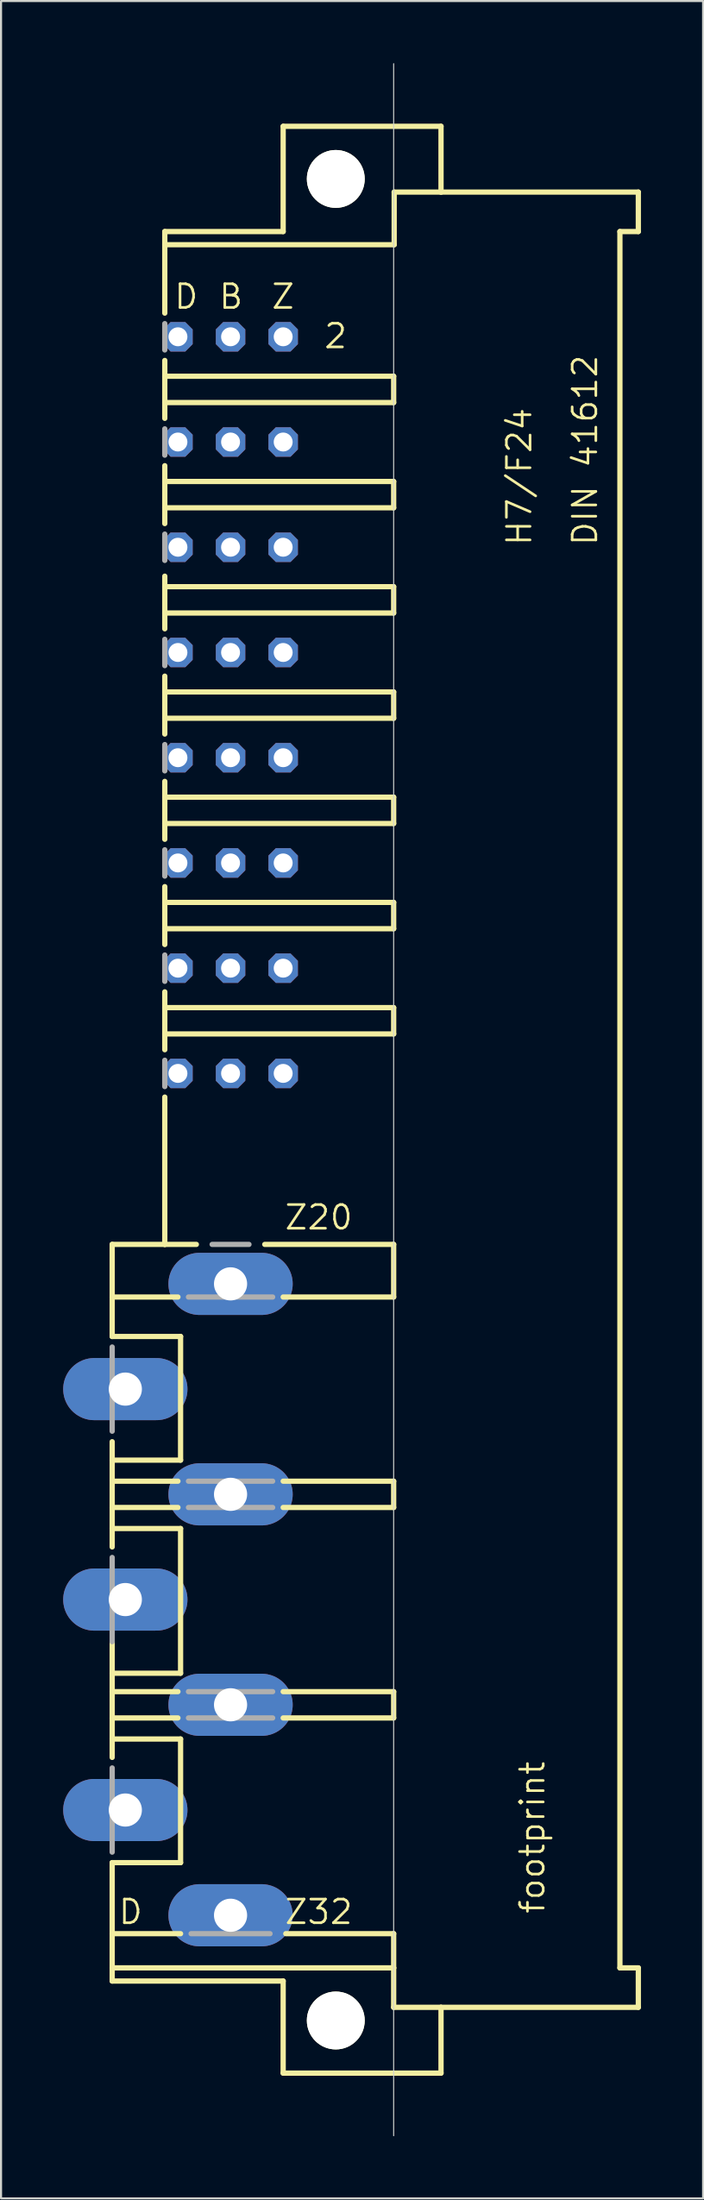
<source format=kicad_pcb>
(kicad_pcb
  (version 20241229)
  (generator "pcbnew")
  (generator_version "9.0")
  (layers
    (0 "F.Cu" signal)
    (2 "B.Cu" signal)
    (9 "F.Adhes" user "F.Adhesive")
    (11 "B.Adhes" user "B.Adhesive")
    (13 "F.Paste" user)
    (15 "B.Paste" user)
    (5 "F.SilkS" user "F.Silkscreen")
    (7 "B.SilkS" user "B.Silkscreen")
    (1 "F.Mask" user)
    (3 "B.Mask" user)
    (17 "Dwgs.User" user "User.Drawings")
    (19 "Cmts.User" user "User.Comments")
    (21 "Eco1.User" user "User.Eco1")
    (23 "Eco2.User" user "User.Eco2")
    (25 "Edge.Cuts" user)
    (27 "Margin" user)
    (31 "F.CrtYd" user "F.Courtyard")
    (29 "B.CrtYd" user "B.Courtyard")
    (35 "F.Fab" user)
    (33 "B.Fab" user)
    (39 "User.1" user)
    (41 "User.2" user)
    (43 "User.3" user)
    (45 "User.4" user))
  (footprint "footprint"
    (layer "F.Cu")
    (at 13.16 50.038)
    (property "Reference" "footprint" (at 10.16 39.37 90) (layer "F.SilkS") (effects (font (size 1.143 1.143) (thickness 0.127)) (justify left bottom)))
    (fp_line (start -10.795 6.985) (end -8.255 6.985) (stroke (width 0.254) (type solid)) (layer "F.SilkS"))
    (fp_line (start -10.795 9.525) (end -10.795 6.985) (stroke (width 0.254) (type solid)) (layer "F.SilkS"))
    (fp_line (start -10.795 9.525) (end -7.62 9.525) (stroke (width 0.254) (type solid)) (layer "F.SilkS"))
    (fp_line (start -10.795 11.43) (end -10.795 9.525) (stroke (width 0.254) (type solid)) (layer "F.SilkS"))
    (fp_line (start -10.795 11.43) (end -7.493 11.43) (stroke (width 0.254) (type solid)) (layer "F.SilkS"))
    (fp_line (start -10.795 17.399) (end -10.795 16.51) (stroke (width 0.254) (type solid)) (layer "F.SilkS"))
    (fp_line (start -10.795 17.399) (end -7.493 17.399) (stroke (width 0.254) (type solid)) (layer "F.SilkS"))
    (fp_line (start -10.795 18.415) (end -10.795 17.399) (stroke (width 0.254) (type solid)) (layer "F.SilkS"))
    (fp_line (start -10.795 18.415) (end -7.62 18.415) (stroke (width 0.254) (type solid)) (layer "F.SilkS"))
    (fp_line (start -10.795 19.685) (end -10.795 18.415) (stroke (width 0.254) (type solid)) (layer "F.SilkS"))
    (fp_line (start -10.795 19.685) (end -7.62 19.685) (stroke (width 0.254) (type solid)) (layer "F.SilkS"))
    (fp_line (start -10.795 20.701) (end -10.795 19.685) (stroke (width 0.254) (type solid)) (layer "F.SilkS"))
    (fp_line (start -10.795 20.701) (end -10.795 21.59) (stroke (width 0.254) (type solid)) (layer "F.SilkS"))
    (fp_line (start -10.795 20.701) (end -7.493 20.701) (stroke (width 0.254) (type solid)) (layer "F.SilkS"))
    (fp_line (start -10.795 27.686) (end -10.795 26.162) (stroke (width 0.254) (type solid)) (layer "F.SilkS"))
    (fp_line (start -10.795 27.686) (end -7.493 27.686) (stroke (width 0.254) (type solid)) (layer "F.SilkS"))
    (fp_line (start -10.795 28.575) (end -10.795 27.686) (stroke (width 0.254) (type solid)) (layer "F.SilkS"))
    (fp_line (start -10.795 28.575) (end -7.62 28.575) (stroke (width 0.254) (type solid)) (layer "F.SilkS"))
    (fp_line (start -10.795 29.845) (end -10.795 28.575) (stroke (width 0.254) (type solid)) (layer "F.SilkS"))
    (fp_line (start -10.795 29.845) (end -7.62 29.845) (stroke (width 0.254) (type solid)) (layer "F.SilkS"))
    (fp_line (start -10.795 30.861) (end -10.795 29.845) (stroke (width 0.254) (type solid)) (layer "F.SilkS"))
    (fp_line (start -10.795 30.861) (end -10.795 31.75) (stroke (width 0.254) (type solid)) (layer "F.SilkS"))
    (fp_line (start -10.795 30.861) (end -7.493 30.861) (stroke (width 0.254) (type solid)) (layer "F.SilkS"))
    (fp_line (start -10.795 36.83) (end -7.493 36.83) (stroke (width 0.254) (type solid)) (layer "F.SilkS"))
    (fp_line (start -10.795 40.259) (end -10.795 36.83) (stroke (width 0.254) (type solid)) (layer "F.SilkS"))
    (fp_line (start -10.795 40.259) (end -7.493 40.259) (stroke (width 0.254) (type solid)) (layer "F.SilkS"))
    (fp_line (start -10.795 41.91) (end -10.795 40.259) (stroke (width 0.254) (type solid)) (layer "F.SilkS"))
    (fp_line (start -10.795 41.91) (end 2.794 41.91) (stroke (width 0.254) (type solid)) (layer "F.SilkS"))
    (fp_line (start -10.795 42.545) (end -10.795 41.91) (stroke (width 0.254) (type solid)) (layer "F.SilkS"))
    (fp_line (start -8.255 -37.973) (end -8.255 -41.91) (stroke (width 0.254) (type solid)) (layer "F.SilkS"))
    (fp_line (start -8.255 -34.925) (end -8.255 -35.687) (stroke (width 0.254) (type solid)) (layer "F.SilkS"))
    (fp_line (start -8.255 -34.925) (end 2.794 -34.925) (stroke (width 0.254) (type solid)) (layer "F.SilkS"))
    (fp_line (start -8.255 -33.655) (end -8.255 -34.925) (stroke (width 0.254) (type solid)) (layer "F.SilkS"))
    (fp_line (start -8.255 -33.655) (end -8.255 -32.893) (stroke (width 0.254) (type solid)) (layer "F.SilkS"))
    (fp_line (start -8.255 -33.655) (end 2.794 -33.655) (stroke (width 0.254) (type solid)) (layer "F.SilkS"))
    (fp_line (start -8.255 -30.607) (end -8.255 -29.845) (stroke (width 0.254) (type solid)) (layer "F.SilkS"))
    (fp_line (start -8.255 -29.845) (end 2.794 -29.845) (stroke (width 0.254) (type solid)) (layer "F.SilkS"))
    (fp_line (start -8.255 -28.575) (end -8.255 -29.845) (stroke (width 0.254) (type solid)) (layer "F.SilkS"))
    (fp_line (start -8.255 -28.575) (end -8.255 -27.813) (stroke (width 0.254) (type solid)) (layer "F.SilkS"))
    (fp_line (start -8.255 -28.575) (end 2.794 -28.575) (stroke (width 0.254) (type solid)) (layer "F.SilkS"))
    (fp_line (start -8.255 -25.273) (end -8.255 -24.765) (stroke (width 0.254) (type solid)) (layer "F.SilkS"))
    (fp_line (start -8.255 -24.765) (end 2.794 -24.765) (stroke (width 0.254) (type solid)) (layer "F.SilkS"))
    (fp_line (start -8.255 -23.495) (end -8.255 -24.765) (stroke (width 0.254) (type solid)) (layer "F.SilkS"))
    (fp_line (start -8.255 -23.495) (end -8.255 -22.733) (stroke (width 0.254) (type solid)) (layer "F.SilkS"))
    (fp_line (start -8.255 -23.495) (end 2.794 -23.495) (stroke (width 0.254) (type solid)) (layer "F.SilkS"))
    (fp_line (start -8.255 -20.447) (end -8.255 -19.685) (stroke (width 0.254) (type solid)) (layer "F.SilkS"))
    (fp_line (start -8.255 -19.685) (end 2.794 -19.685) (stroke (width 0.254) (type solid)) (layer "F.SilkS"))
    (fp_line (start -8.255 -18.415) (end -8.255 -19.685) (stroke (width 0.254) (type solid)) (layer "F.SilkS"))
    (fp_line (start -8.255 -18.415) (end -8.255 -17.653) (stroke (width 0.254) (type solid)) (layer "F.SilkS"))
    (fp_line (start -8.255 -18.415) (end 2.794 -18.415) (stroke (width 0.254) (type solid)) (layer "F.SilkS"))
    (fp_line (start -8.255 -15.367) (end -8.255 -14.605) (stroke (width 0.254) (type solid)) (layer "F.SilkS"))
    (fp_line (start -8.255 -14.605) (end 2.794 -14.605) (stroke (width 0.254) (type solid)) (layer "F.SilkS"))
    (fp_line (start -8.255 -13.335) (end -8.255 -14.605) (stroke (width 0.254) (type solid)) (layer "F.SilkS"))
    (fp_line (start -8.255 -13.335) (end 2.794 -13.335) (stroke (width 0.254) (type solid)) (layer "F.SilkS"))
    (fp_line (start -8.255 -12.573) (end -8.255 -13.335) (stroke (width 0.254) (type solid)) (layer "F.SilkS"))
    (fp_line (start -8.255 -9.525) (end -8.255 -10.287) (stroke (width 0.254) (type solid)) (layer "F.SilkS"))
    (fp_line (start -8.255 -9.525) (end 2.794 -9.525) (stroke (width 0.254) (type solid)) (layer "F.SilkS"))
    (fp_line (start -8.255 -8.255) (end -8.255 -9.525) (stroke (width 0.254) (type solid)) (layer "F.SilkS"))
    (fp_line (start -8.255 -8.255) (end -8.255 -7.493) (stroke (width 0.254) (type solid)) (layer "F.SilkS"))
    (fp_line (start -8.255 -5.207) (end -8.255 -4.445) (stroke (width 0.254) (type solid)) (layer "F.SilkS"))
    (fp_line (start -8.255 -3.175) (end -8.255 -4.445) (stroke (width 0.254) (type solid)) (layer "F.SilkS"))
    (fp_line (start -8.255 -3.175) (end -8.255 -2.413) (stroke (width 0.254) (type solid)) (layer "F.SilkS"))
    (fp_line (start -8.255 -3.175) (end 2.794 -3.175) (stroke (width 0.254) (type solid)) (layer "F.SilkS"))
    (fp_line (start -8.255 -0.127) (end -8.255 6.985) (stroke (width 0.254) (type solid)) (layer "F.SilkS"))
    (fp_line (start -8.255 6.985) (end -6.731 6.985) (stroke (width 0.254) (type solid)) (layer "F.SilkS"))
    (fp_line (start -7.493 17.399) (end -7.493 11.43) (stroke (width 0.254) (type solid)) (layer "F.SilkS"))
    (fp_line (start -7.493 27.686) (end -7.493 20.701) (stroke (width 0.254) (type solid)) (layer "F.SilkS"))
    (fp_line (start -7.493 36.83) (end -7.493 30.861) (stroke (width 0.254) (type solid)) (layer "F.SilkS"))
    (fp_line (start -3.429 6.985) (end 2.794 6.985) (stroke (width 0.254) (type solid)) (layer "F.SilkS"))
    (fp_line (start -2.54 -46.99) (end -2.54 -41.91) (stroke (width 0.254) (type solid)) (layer "F.SilkS"))
    (fp_line (start -2.54 -46.99) (end 5.08 -46.99) (stroke (width 0.254) (type solid)) (layer "F.SilkS"))
    (fp_line (start -2.54 -41.91) (end -8.255 -41.91) (stroke (width 0.254) (type solid)) (layer "F.SilkS"))
    (fp_line (start -2.54 9.525) (end 2.794 9.525) (stroke (width 0.254) (type solid)) (layer "F.SilkS"))
    (fp_line (start -2.54 18.415) (end 2.794 18.415) (stroke (width 0.254) (type solid)) (layer "F.SilkS"))
    (fp_line (start -2.54 19.685) (end 2.794 19.685) (stroke (width 0.254) (type solid)) (layer "F.SilkS"))
    (fp_line (start -2.54 28.575) (end 2.794 28.575) (stroke (width 0.254) (type solid)) (layer "F.SilkS"))
    (fp_line (start -2.54 29.845) (end 2.794 29.845) (stroke (width 0.254) (type solid)) (layer "F.SilkS"))
    (fp_line (start -2.54 42.545) (end -10.795 42.545) (stroke (width 0.254) (type solid)) (layer "F.SilkS"))
    (fp_line (start -2.54 42.545) (end -2.54 46.99) (stroke (width 0.254) (type solid)) (layer "F.SilkS"))
    (fp_line (start -2.54 46.99) (end 5.08 46.99) (stroke (width 0.254) (type solid)) (layer "F.SilkS"))
    (fp_line (start -2.413 40.259) (end 2.794 40.259) (stroke (width 0.254) (type solid)) (layer "F.SilkS"))
    (fp_line (start 2.794 -33.655) (end 2.794 -34.925) (stroke (width 0.254) (type solid)) (layer "F.SilkS"))
    (fp_line (start 2.794 -28.575) (end 2.794 -29.845) (stroke (width 0.254) (type solid)) (layer "F.SilkS"))
    (fp_line (start 2.794 -23.495) (end 2.794 -24.765) (stroke (width 0.254) (type solid)) (layer "F.SilkS"))
    (fp_line (start 2.794 -18.415) (end 2.794 -19.685) (stroke (width 0.254) (type solid)) (layer "F.SilkS"))
    (fp_line (start 2.794 -13.335) (end 2.794 -14.605) (stroke (width 0.254) (type solid)) (layer "F.SilkS"))
    (fp_line (start 2.794 -8.255) (end -8.255 -8.255) (stroke (width 0.254) (type solid)) (layer "F.SilkS"))
    (fp_line (start 2.794 -8.255) (end 2.794 -9.525) (stroke (width 0.254) (type solid)) (layer "F.SilkS"))
    (fp_line (start 2.794 -4.445) (end -8.255 -4.445) (stroke (width 0.254) (type solid)) (layer "F.SilkS"))
    (fp_line (start 2.794 -3.175) (end 2.794 -4.445) (stroke (width 0.254) (type solid)) (layer "F.SilkS"))
    (fp_line (start 2.794 6.985) (end 2.794 9.525) (stroke (width 0.254) (type solid)) (layer "F.SilkS"))
    (fp_line (start 2.794 18.415) (end 2.794 19.685) (stroke (width 0.254) (type solid)) (layer "F.SilkS"))
    (fp_line (start 2.794 28.575) (end 2.794 29.845) (stroke (width 0.254) (type solid)) (layer "F.SilkS"))
    (fp_line (start 2.794 41.91) (end 2.794 40.259) (stroke (width 0.254) (type solid)) (layer "F.SilkS"))
    (fp_line (start 2.794 41.91) (end 2.794 43.815) (stroke (width 0.254) (type solid)) (layer "F.SilkS"))
    (fp_line (start 2.794 43.815) (end 5.08 43.815) (stroke (width 0.254) (type solid)) (layer "F.SilkS"))
    (fp_line (start 2.819 -41.275) (end -8.255 -41.275) (stroke (width 0.254) (type solid)) (layer "F.SilkS"))
    (fp_line (start 2.819 -41.275) (end 2.819 -43.815) (stroke (width 0.254) (type solid)) (layer "F.SilkS"))
    (fp_line (start 5.08 -46.99) (end 5.08 -43.815) (stroke (width 0.254) (type solid)) (layer "F.SilkS"))
    (fp_line (start 5.08 -43.815) (end 2.819 -43.815) (stroke (width 0.254) (type solid)) (layer "F.SilkS"))
    (fp_line (start 5.08 -43.815) (end 14.605 -43.815) (stroke (width 0.254) (type solid)) (layer "F.SilkS"))
    (fp_line (start 5.08 43.815) (end 14.605 43.815) (stroke (width 0.254) (type solid)) (layer "F.SilkS"))
    (fp_line (start 5.08 46.99) (end 5.08 43.815) (stroke (width 0.254) (type solid)) (layer "F.SilkS"))
    (fp_line (start 13.716 -41.91) (end 13.716 41.91) (stroke (width 0.254) (type solid)) (layer "F.SilkS"))
    (fp_line (start 13.716 -41.91) (end 14.605 -41.91) (stroke (width 0.254) (type solid)) (layer "F.SilkS"))
    (fp_line (start 13.716 41.91) (end 14.605 41.91) (stroke (width 0.254) (type solid)) (layer "F.SilkS"))
    (fp_line (start 14.605 -43.815) (end 14.605 -41.91) (stroke (width 0.254) (type solid)) (layer "F.SilkS"))
    (fp_line (start 14.605 43.815) (end 14.605 41.91) (stroke (width 0.254) (type solid)) (layer "F.SilkS"))
    (fp_circle (center 0 -44.45) (end 1.27 -44.45) (stroke (width 0.254) (type solid)) (fill no) (layer "F.SilkS"))
    (fp_circle (center 0 44.45) (end 1.27 44.45) (stroke (width 0.254) (type solid)) (fill no) (layer "F.SilkS"))
    (fp_line (start 2.794 50.013) (end 2.794 -50.013) (stroke (width 0.05) (type solid)) (layer "Edge.Cuts"))
    (fp_line (start -10.795 16.002) (end -10.795 11.938) (stroke (width 0.254) (type solid)) (layer "F.Fab"))
    (fp_line (start -10.795 26.162) (end -10.795 22.098) (stroke (width 0.254) (type solid)) (layer "F.Fab"))
    (fp_line (start -10.795 36.322) (end -10.795 32.258) (stroke (width 0.254) (type solid)) (layer "F.Fab"))
    (fp_line (start -8.255 -36.195) (end -8.255 -37.465) (stroke (width 0.254) (type solid)) (layer "F.Fab"))
    (fp_line (start -8.255 -32.385) (end -8.255 -31.115) (stroke (width 0.254) (type solid)) (layer "F.Fab"))
    (fp_line (start -8.255 -27.305) (end -8.255 -26.035) (stroke (width 0.254) (type solid)) (layer "F.Fab"))
    (fp_line (start -8.255 -22.225) (end -8.255 -20.955) (stroke (width 0.254) (type solid)) (layer "F.Fab"))
    (fp_line (start -8.255 -17.145) (end -8.255 -15.875) (stroke (width 0.254) (type solid)) (layer "F.Fab"))
    (fp_line (start -8.255 -10.795) (end -8.255 -12.065) (stroke (width 0.254) (type solid)) (layer "F.Fab"))
    (fp_line (start -8.255 -6.985) (end -8.255 -5.715) (stroke (width 0.254) (type solid)) (layer "F.Fab"))
    (fp_line (start -8.255 -1.905) (end -8.255 -0.635) (stroke (width 0.254) (type solid)) (layer "F.Fab"))
    (fp_line (start -7.112 9.525) (end -3.048 9.525) (stroke (width 0.254) (type solid)) (layer "F.Fab"))
    (fp_line (start -7.112 18.415) (end -3.048 18.415) (stroke (width 0.254) (type solid)) (layer "F.Fab"))
    (fp_line (start -7.112 19.685) (end -3.048 19.685) (stroke (width 0.254) (type solid)) (layer "F.Fab"))
    (fp_line (start -7.112 28.575) (end -3.048 28.575) (stroke (width 0.254) (type solid)) (layer "F.Fab"))
    (fp_line (start -7.112 29.845) (end -3.048 29.845) (stroke (width 0.254) (type solid)) (layer "F.Fab"))
    (fp_line (start -6.985 40.259) (end -3.175 40.259) (stroke (width 0.254) (type solid)) (layer "F.Fab"))
    (fp_line (start -5.969 6.985) (end -4.191 6.985) (stroke (width 0.254) (type solid)) (layer "F.Fab"))
    (fp_text user "2" (at -0.635 -36.195 0) (layer "F.SilkS") (effects (font (size 1.143 1.143) (thickness 0.127)) (justify left bottom)))
    (fp_text user "B" (at -5.715 -38.1 0) (layer "F.SilkS") (effects (font (size 1.143 1.143) (thickness 0.127)) (justify left bottom)))
    (fp_text user "Z" (at -3.175 -38.1 0) (layer "F.SilkS") (effects (font (size 1.143 1.143) (thickness 0.127)) (justify left bottom)))
    (fp_text user "Z32" (at -2.54 39.878 0) (layer "F.SilkS") (effects (font (size 1.143 1.143) (thickness 0.127)) (justify left bottom)))
    (fp_text user "H7/F24" (at 9.525 -26.67 90) (layer "F.SilkS") (effects (font (size 1.143 1.143) (thickness 0.127)) (justify left bottom)))
    (fp_text user "D" (at -7.874 -38.1 0) (layer "F.SilkS") (effects (font (size 1.143 1.143) (thickness 0.127)) (justify left bottom)))
    (fp_text user " D " (at -11.43 39.878 0) (layer "F.SilkS") (effects (font (size 1.143 1.143) (thickness 0.127)) (justify left bottom)))
    (fp_text user "Z20" (at -2.54 6.35 0) (layer "F.SilkS") (effects (font (size 1.143 1.143) (thickness 0.127)) (justify left bottom)))
    (fp_text user "DIN 41612" (at 12.7 -26.67 90) (layer "F.SilkS") (effects (font (size 1.143 1.143) (thickness 0.127)) (justify left bottom)))
    (pad "" np_thru_hole circle (at 0 -44.45) (size 2.794 2.794) (drill 2.794) (layers "*.Cu" "*.Mask"))
    (pad "" np_thru_hole circle (at 0 44.45) (size 2.794 2.794) (drill 2.794) (layers "*.Cu" "*.Mask"))
    (pad "B2" thru_hole roundrect (at -5.08 -36.83) (size 1.422 1.422) (drill 0.914) (layers "*.Cu" "*.Mask") (roundrect_rratio 0.25) (chamfer_ratio 0.25) (chamfer top_left top_right bottom_left bottom_right))
    (pad "B4" thru_hole roundrect (at -5.08 -31.75) (size 1.422 1.422) (drill 0.914) (layers "*.Cu" "*.Mask") (roundrect_rratio 0.25) (chamfer_ratio 0.25) (chamfer top_left top_right bottom_left bottom_right))
    (pad "B6" thru_hole roundrect (at -5.08 -26.67) (size 1.422 1.422) (drill 0.914) (layers "*.Cu" "*.Mask") (roundrect_rratio 0.25) (chamfer_ratio 0.25) (chamfer top_left top_right bottom_left bottom_right))
    (pad "B8" thru_hole roundrect (at -5.08 -21.59) (size 1.422 1.422) (drill 0.914) (layers "*.Cu" "*.Mask") (roundrect_rratio 0.25) (chamfer_ratio 0.25) (chamfer top_left top_right bottom_left bottom_right))
    (pad "B10" thru_hole roundrect (at -5.08 -16.51) (size 1.422 1.422) (drill 0.914) (layers "*.Cu" "*.Mask") (roundrect_rratio 0.25) (chamfer_ratio 0.25) (chamfer top_left top_right bottom_left bottom_right))
    (pad "B12" thru_hole roundrect (at -5.08 -11.43) (size 1.422 1.422) (drill 0.914) (layers "*.Cu" "*.Mask") (roundrect_rratio 0.25) (chamfer_ratio 0.25) (chamfer top_left top_right bottom_left bottom_right))
    (pad "B14" thru_hole roundrect (at -5.08 -6.35) (size 1.422 1.422) (drill 0.914) (layers "*.Cu" "*.Mask") (roundrect_rratio 0.25) (chamfer_ratio 0.25) (chamfer top_left top_right bottom_left bottom_right))
    (pad "B16" thru_hole roundrect (at -5.08 -1.27) (size 1.422 1.422) (drill 0.914) (layers "*.Cu" "*.Mask") (roundrect_rratio 0.25) (chamfer_ratio 0.25) (chamfer top_left top_right bottom_left bottom_right))
    (pad "D2" thru_hole roundrect (at -7.62 -36.83) (size 1.422 1.422) (drill 0.914) (layers "*.Cu" "*.Mask") (roundrect_rratio 0.25) (chamfer_ratio 0.25) (chamfer top_left top_right bottom_left bottom_right))
    (pad "D4" thru_hole roundrect (at -7.62 -31.75) (size 1.422 1.422) (drill 0.914) (layers "*.Cu" "*.Mask") (roundrect_rratio 0.25) (chamfer_ratio 0.25) (chamfer top_left top_right bottom_left bottom_right))
    (pad "D6" thru_hole roundrect (at -7.62 -26.67) (size 1.422 1.422) (drill 0.914) (layers "*.Cu" "*.Mask") (roundrect_rratio 0.25) (chamfer_ratio 0.25) (chamfer top_left top_right bottom_left bottom_right))
    (pad "D8" thru_hole roundrect (at -7.62 -21.59) (size 1.422 1.422) (drill 0.914) (layers "*.Cu" "*.Mask") (roundrect_rratio 0.25) (chamfer_ratio 0.25) (chamfer top_left top_right bottom_left bottom_right))
    (pad "D10" thru_hole roundrect (at -7.62 -16.51) (size 1.422 1.422) (drill 0.914) (layers "*.Cu" "*.Mask") (roundrect_rratio 0.25) (chamfer_ratio 0.25) (chamfer top_left top_right bottom_left bottom_right))
    (pad "D12" thru_hole roundrect (at -7.62 -11.43) (size 1.422 1.422) (drill 0.914) (layers "*.Cu" "*.Mask") (roundrect_rratio 0.25) (chamfer_ratio 0.25) (chamfer top_left top_right bottom_left bottom_right))
    (pad "D14" thru_hole roundrect (at -7.62 -6.35) (size 1.422 1.422) (drill 0.914) (layers "*.Cu" "*.Mask") (roundrect_rratio 0.25) (chamfer_ratio 0.25) (chamfer top_left top_right bottom_left bottom_right))
    (pad "D16" thru_hole roundrect (at -7.62 -1.27) (size 1.422 1.422) (drill 0.914) (layers "*.Cu" "*.Mask") (roundrect_rratio 0.25) (chamfer_ratio 0.25) (chamfer top_left top_right bottom_left bottom_right))
    (pad "D22" thru_hole oval (at -10.16 13.97) (size 6 3) (drill 1.6) (layers "*.Cu" "*.Mask"))
    (pad "D26" thru_hole oval (at -10.16 24.13) (size 6 3) (drill 1.6) (layers "*.Cu" "*.Mask"))
    (pad "D30" thru_hole oval (at -10.16 34.29) (size 6 3) (drill 1.6) (layers "*.Cu" "*.Mask"))
    (pad "Z2" thru_hole roundrect (at -2.54 -36.83) (size 1.422 1.422) (drill 0.914) (layers "*.Cu" "*.Mask") (roundrect_rratio 0.25) (chamfer_ratio 0.25) (chamfer top_left top_right bottom_left bottom_right))
    (pad "Z4" thru_hole roundrect (at -2.54 -31.75) (size 1.422 1.422) (drill 0.914) (layers "*.Cu" "*.Mask") (roundrect_rratio 0.25) (chamfer_ratio 0.25) (chamfer top_left top_right bottom_left bottom_right))
    (pad "Z6" thru_hole roundrect (at -2.54 -26.67) (size 1.422 1.422) (drill 0.914) (layers "*.Cu" "*.Mask") (roundrect_rratio 0.25) (chamfer_ratio 0.25) (chamfer top_left top_right bottom_left bottom_right))
    (pad "Z8" thru_hole roundrect (at -2.54 -21.59) (size 1.422 1.422) (drill 0.914) (layers "*.Cu" "*.Mask") (roundrect_rratio 0.25) (chamfer_ratio 0.25) (chamfer top_left top_right bottom_left bottom_right))
    (pad "Z10" thru_hole roundrect (at -2.54 -16.51) (size 1.422 1.422) (drill 0.914) (layers "*.Cu" "*.Mask") (roundrect_rratio 0.25) (chamfer_ratio 0.25) (chamfer top_left top_right bottom_left bottom_right))
    (pad "Z12" thru_hole roundrect (at -2.54 -11.43) (size 1.422 1.422) (drill 0.914) (layers "*.Cu" "*.Mask") (roundrect_rratio 0.25) (chamfer_ratio 0.25) (chamfer top_left top_right bottom_left bottom_right))
    (pad "Z14" thru_hole roundrect (at -2.54 -6.35) (size 1.422 1.422) (drill 0.914) (layers "*.Cu" "*.Mask") (roundrect_rratio 0.25) (chamfer_ratio 0.25) (chamfer top_left top_right bottom_left bottom_right))
    (pad "Z16" thru_hole roundrect (at -2.54 -1.27) (size 1.422 1.422) (drill 0.914) (layers "*.Cu" "*.Mask") (roundrect_rratio 0.25) (chamfer_ratio 0.25) (chamfer top_left top_right bottom_left bottom_right))
    (pad "Z20" thru_hole oval (at -5.08 8.89) (size 6 3) (drill 1.6) (layers "*.Cu" "*.Mask"))
    (pad "Z24" thru_hole oval (at -5.08 19.05) (size 6 3) (drill 1.6) (layers "*.Cu" "*.Mask"))
    (pad "Z28" thru_hole oval (at -5.08 29.21) (size 6 3) (drill 1.6) (layers "*.Cu" "*.Mask"))
    (pad "Z32" thru_hole oval (at -5.08 39.37) (size 6 3) (drill 1.6) (layers "*.Cu" "*.Mask"))
    (zone (net_name "") (layers "F.Cu" "B.Cu") (hatch edge 0.508) (connect_pads) (min_thickness 0.254) (filled_areas_thickness no) (keepout (tracks allowed) (vias not_allowed) (pads allowed) (copperpour allowed) (footprints allowed)) (placement (enabled no)) (fill) (polygon (pts (xy 16.335 5.588) (xy 16.287 5.036) (xy 16.144 4.502) (xy 15.91 4) (xy 15.592 3.547) (xy 15.201 3.155) (xy 14.748 2.838) (xy 14.246 2.604) (xy 13.711 2.461) (xy 13.16 2.413) (xy 12.609 2.461) (xy 12.074 2.604) (xy 11.572 2.838) (xy 11.119 3.155) (xy 10.728 3.547) (xy 10.41 4) (xy 10.176 4.502) (xy 10.033 5.036) (xy 9.985 5.588) (xy 10.033 6.139) (xy 10.176 6.674) (xy 10.41 7.175) (xy 10.728 7.628) (xy 11.119 8.02) (xy 11.572 8.337) (xy 12.074 8.571) (xy 12.609 8.714) (xy 13.16 8.763) (xy 13.711 8.714) (xy 14.246 8.571) (xy 14.748 8.337) (xy 15.201 8.02) (xy 15.592 7.628) (xy 15.91 7.175) (xy 16.144 6.674) (xy 16.287 6.139))) (polygon (pts (xy 14.557 5.588) (xy 14.536 5.345) (xy 14.473 5.11) (xy 14.37 4.889) (xy 14.23 4.69) (xy 14.058 4.517) (xy 13.858 4.378) (xy 13.638 4.275) (xy 13.403 4.212) (xy 13.16 4.191) (xy 12.917 4.212) (xy 12.682 4.275) (xy 12.461 4.378) (xy 12.262 4.517) (xy 12.09 4.69) (xy 11.95 4.889) (xy 11.847 5.11) (xy 11.784 5.345) (xy 11.763 5.588) (xy 11.784 5.83) (xy 11.847 6.065) (xy 11.95 6.286) (xy 12.09 6.486) (xy 12.262 6.658) (xy 12.461 6.797) (xy 12.682 6.9) (xy 12.917 6.963) (xy 13.16 6.985) (xy 13.403 6.963) (xy 13.638 6.9) (xy 13.858 6.797) (xy 14.058 6.658) (xy 14.23 6.486) (xy 14.37 6.286) (xy 14.473 6.065) (xy 14.536 5.83))))
    (zone (net_name "") (layers "F.Cu" "B.Cu") (hatch edge 0.508) (connect_pads) (min_thickness 0.254) (filled_areas_thickness no) (keepout (tracks allowed) (vias not_allowed) (pads allowed) (copperpour allowed) (footprints allowed)) (placement (enabled no)) (fill) (polygon (pts (xy 16.335 94.488) (xy 16.287 93.936) (xy 16.144 93.402) (xy 15.91 92.9) (xy 15.592 92.447) (xy 15.201 92.055) (xy 14.748 91.738) (xy 14.246 91.504) (xy 13.711 91.361) (xy 13.16 91.313) (xy 12.609 91.361) (xy 12.074 91.504) (xy 11.572 91.738) (xy 11.119 92.055) (xy 10.728 92.447) (xy 10.41 92.9) (xy 10.176 93.402) (xy 10.033 93.936) (xy 9.985 94.488) (xy 10.033 95.039) (xy 10.176 95.574) (xy 10.41 96.075) (xy 10.728 96.528) (xy 11.119 96.92) (xy 11.572 97.237) (xy 12.074 97.471) (xy 12.609 97.614) (xy 13.16 97.663) (xy 13.711 97.614) (xy 14.246 97.471) (xy 14.748 97.237) (xy 15.201 96.92) (xy 15.592 96.528) (xy 15.91 96.075) (xy 16.144 95.574) (xy 16.287 95.039))) (polygon (pts (xy 14.557 94.488) (xy 14.536 94.245) (xy 14.473 94.01) (xy 14.37 93.789) (xy 14.23 93.59) (xy 14.058 93.417) (xy 13.858 93.278) (xy 13.638 93.175) (xy 13.403 93.112) (xy 13.16 93.091) (xy 12.917 93.112) (xy 12.682 93.175) (xy 12.461 93.278) (xy 12.262 93.417) (xy 12.09 93.59) (xy 11.95 93.789) (xy 11.847 94.01) (xy 11.784 94.245) (xy 11.763 94.488) (xy 11.784 94.73) (xy 11.847 94.965) (xy 11.95 95.186) (xy 12.09 95.386) (xy 12.262 95.558) (xy 12.461 95.697) (xy 12.682 95.8) (xy 12.917 95.863) (xy 13.16 95.885) (xy 13.403 95.863) (xy 13.638 95.8) (xy 13.858 95.697) (xy 14.058 95.558) (xy 14.23 95.386) (xy 14.37 95.186) (xy 14.473 94.965) (xy 14.536 94.73))))
    (zone (net_name "") (layer "B.Cu") (hatch edge 0.508) (connect_pads) (min_thickness 0.254) (filled_areas_thickness no) (keepout (tracks not_allowed) (vias not_allowed) (pads not_allowed) (copperpour not_allowed) (footprints allowed)) (placement (enabled no)) (fill) (polygon (pts (xy 16.335 5.588) (xy 16.287 5.036) (xy 16.144 4.502) (xy 15.91 4) (xy 15.592 3.547) (xy 15.201 3.155) (xy 14.748 2.838) (xy 14.246 2.604) (xy 13.711 2.461) (xy 13.16 2.413) (xy 12.609 2.461) (xy 12.074 2.604) (xy 11.572 2.838) (xy 11.119 3.155) (xy 10.728 3.547) (xy 10.41 4) (xy 10.176 4.502) (xy 10.033 5.036) (xy 9.985 5.588) (xy 10.033 6.139) (xy 10.176 6.674) (xy 10.41 7.175) (xy 10.728 7.628) (xy 11.119 8.02) (xy 11.572 8.337) (xy 12.074 8.571) (xy 12.609 8.714) (xy 13.16 8.763) (xy 13.711 8.714) (xy 14.246 8.571) (xy 14.748 8.337) (xy 15.201 8.02) (xy 15.592 7.628) (xy 15.91 7.175) (xy 16.144 6.674) (xy 16.287 6.139))) (polygon (pts (xy 14.557 5.588) (xy 14.536 5.345) (xy 14.473 5.11) (xy 14.37 4.889) (xy 14.23 4.69) (xy 14.058 4.517) (xy 13.858 4.378) (xy 13.638 4.275) (xy 13.403 4.212) (xy 13.16 4.191) (xy 12.917 4.212) (xy 12.682 4.275) (xy 12.461 4.378) (xy 12.262 4.517) (xy 12.09 4.69) (xy 11.95 4.889) (xy 11.847 5.11) (xy 11.784 5.345) (xy 11.763 5.588) (xy 11.784 5.83) (xy 11.847 6.065) (xy 11.95 6.286) (xy 12.09 6.486) (xy 12.262 6.658) (xy 12.461 6.797) (xy 12.682 6.9) (xy 12.917 6.963) (xy 13.16 6.985) (xy 13.403 6.963) (xy 13.638 6.9) (xy 13.858 6.797) (xy 14.058 6.658) (xy 14.23 6.486) (xy 14.37 6.286) (xy 14.473 6.065) (xy 14.536 5.83))))
    (zone (net_name "") (layer "B.Cu") (hatch edge 0.508) (connect_pads) (min_thickness 0.254) (filled_areas_thickness no) (keepout (tracks not_allowed) (vias not_allowed) (pads not_allowed) (copperpour not_allowed) (footprints allowed)) (placement (enabled no)) (fill) (polygon (pts (xy 16.335 94.488) (xy 16.287 93.936) (xy 16.144 93.402) (xy 15.91 92.9) (xy 15.592 92.447) (xy 15.201 92.055) (xy 14.748 91.738) (xy 14.246 91.504) (xy 13.711 91.361) (xy 13.16 91.313) (xy 12.609 91.361) (xy 12.074 91.504) (xy 11.572 91.738) (xy 11.119 92.055) (xy 10.728 92.447) (xy 10.41 92.9) (xy 10.176 93.402) (xy 10.033 93.936) (xy 9.985 94.488) (xy 10.033 95.039) (xy 10.176 95.574) (xy 10.41 96.075) (xy 10.728 96.528) (xy 11.119 96.92) (xy 11.572 97.237) (xy 12.074 97.471) (xy 12.609 97.614) (xy 13.16 97.663) (xy 13.711 97.614) (xy 14.246 97.471) (xy 14.748 97.237) (xy 15.201 96.92) (xy 15.592 96.528) (xy 15.91 96.075) (xy 16.144 95.574) (xy 16.287 95.039))) (polygon (pts (xy 14.557 94.488) (xy 14.536 94.245) (xy 14.473 94.01) (xy 14.37 93.789) (xy 14.23 93.59) (xy 14.058 93.417) (xy 13.858 93.278) (xy 13.638 93.175) (xy 13.403 93.112) (xy 13.16 93.091) (xy 12.917 93.112) (xy 12.682 93.175) (xy 12.461 93.278) (xy 12.262 93.417) (xy 12.09 93.59) (xy 11.95 93.789) (xy 11.847 94.01) (xy 11.784 94.245) (xy 11.763 94.488) (xy 11.784 94.73) (xy 11.847 94.965) (xy 11.95 95.186) (xy 12.09 95.386) (xy 12.262 95.558) (xy 12.461 95.697) (xy 12.682 95.8) (xy 12.917 95.863) (xy 13.16 95.885) (xy 13.403 95.863) (xy 13.638 95.8) (xy 13.858 95.697) (xy 14.058 95.558) (xy 14.23 95.386) (xy 14.37 95.186) (xy 14.473 94.965) (xy 14.536 94.73)))))
  (gr_rect
    (start -3 -3)
    (end 30.892 103.075)
    (stroke (width 0.1) (type default))
    (fill no)
    (layer "Edge.Cuts")))
</source>
